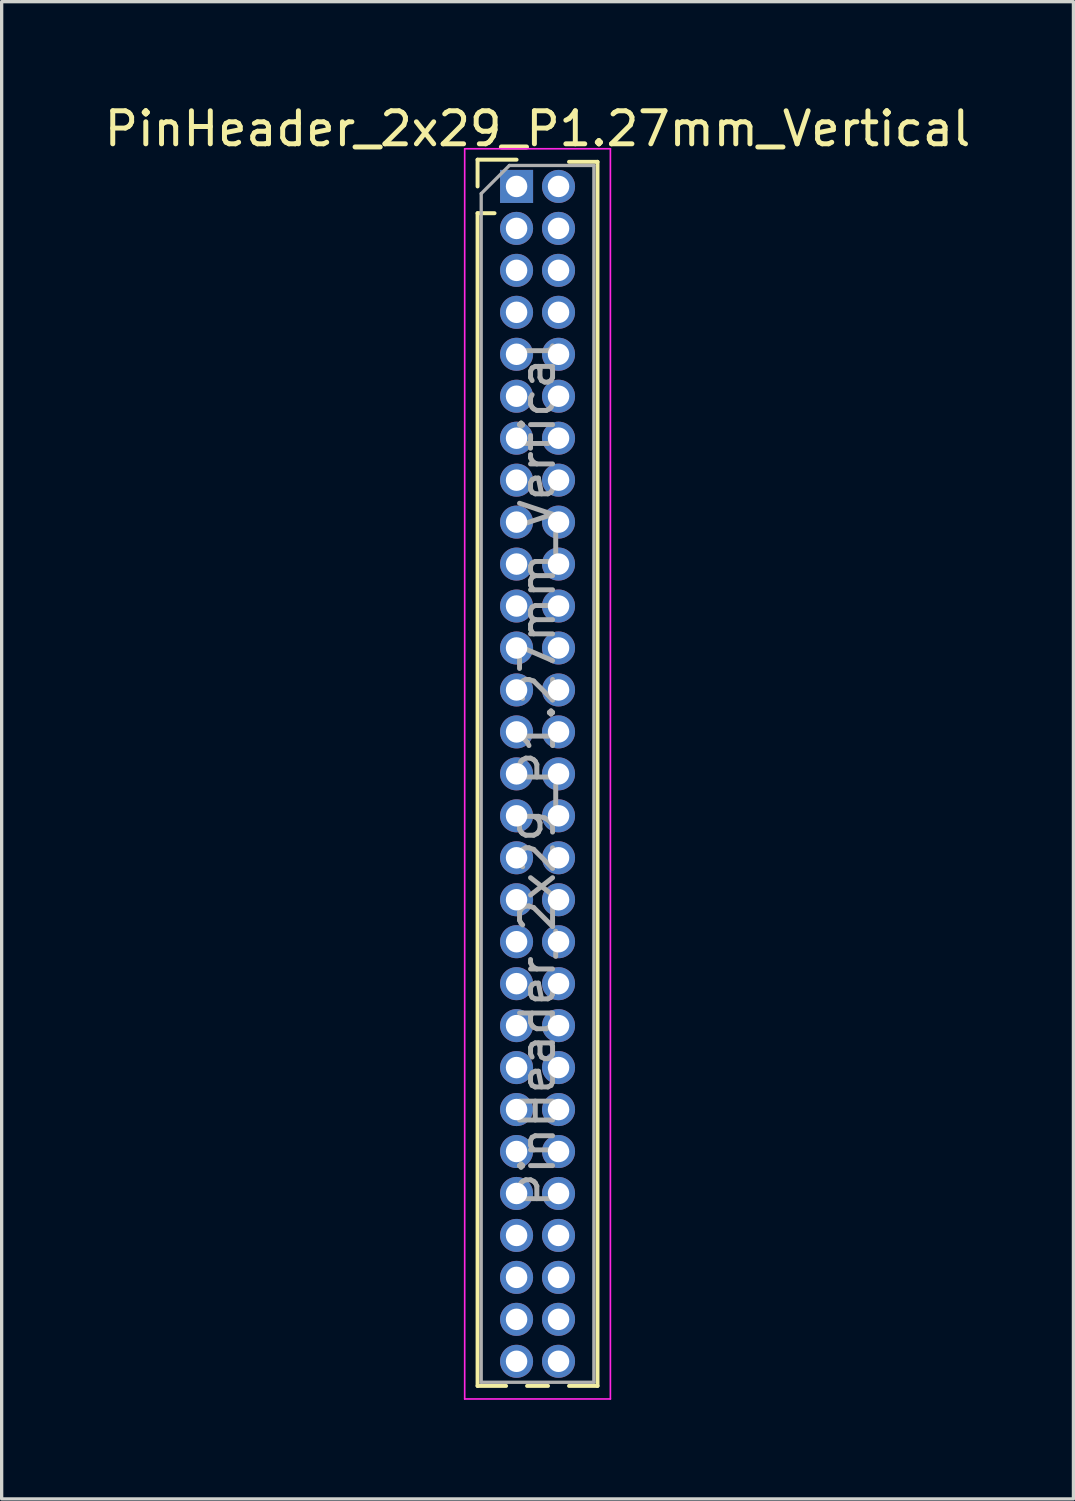
<source format=kicad_pcb>
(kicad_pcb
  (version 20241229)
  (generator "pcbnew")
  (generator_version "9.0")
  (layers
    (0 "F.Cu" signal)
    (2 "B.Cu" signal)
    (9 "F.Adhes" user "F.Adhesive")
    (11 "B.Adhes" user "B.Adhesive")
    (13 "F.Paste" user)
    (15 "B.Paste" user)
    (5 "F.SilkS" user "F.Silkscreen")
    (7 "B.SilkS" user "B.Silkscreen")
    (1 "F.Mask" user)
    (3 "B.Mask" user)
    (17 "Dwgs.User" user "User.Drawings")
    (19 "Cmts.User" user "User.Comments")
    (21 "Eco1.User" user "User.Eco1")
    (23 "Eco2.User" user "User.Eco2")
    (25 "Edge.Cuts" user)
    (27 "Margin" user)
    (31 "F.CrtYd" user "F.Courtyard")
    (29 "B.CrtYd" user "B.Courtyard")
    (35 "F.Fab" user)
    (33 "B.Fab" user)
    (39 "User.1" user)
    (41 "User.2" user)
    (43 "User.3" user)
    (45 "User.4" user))
  (footprint "PinHeader_2x29_P1.27mm_Vertical"
    (layer "F.Cu")
    (at 12.585 2.593)
    (property "Reference" "PinHeader_2x29_P1.27mm_Vertical" (at 0.635 -1.745 0) (layer "F.SilkS") (effects (font (size 1 1) (thickness 0.15))))
    (attr through_hole)
    (fp_line (start -1.18 -0.81) (end 0 -0.81) (stroke (width 0.12) (type solid)) (layer "F.SilkS"))
    (fp_line (start -1.18 0) (end -1.18 -0.81) (stroke (width 0.12) (type solid)) (layer "F.SilkS"))
    (fp_line (start -1.18 0.81) (end -1.18 36.305) (stroke (width 0.12) (type solid)) (layer "F.SilkS"))
    (fp_line (start -1.18 0.81) (end -0.667 0.81) (stroke (width 0.12) (type solid)) (layer "F.SilkS"))
    (fp_line (start -1.18 36.305) (end -0.318 36.305) (stroke (width 0.12) (type solid)) (layer "F.SilkS"))
    (fp_line (start 0.318 36.305) (end 0.952 36.305) (stroke (width 0.12) (type solid)) (layer "F.SilkS"))
    (fp_line (start 1.588 -0.745) (end 2.45 -0.745) (stroke (width 0.12) (type solid)) (layer "F.SilkS"))
    (fp_line (start 1.588 36.305) (end 2.45 36.305) (stroke (width 0.12) (type solid)) (layer "F.SilkS"))
    (fp_line (start 2.45 -0.745) (end 2.45 36.305) (stroke (width 0.12) (type solid)) (layer "F.SilkS"))
    (fp_line (start -1.57 -1.14) (end -1.57 36.7) (stroke (width 0.05) (type solid)) (layer "F.CrtYd"))
    (fp_line (start -1.57 36.7) (end 2.84 36.7) (stroke (width 0.05) (type solid)) (layer "F.CrtYd"))
    (fp_line (start 2.84 -1.14) (end -1.57 -1.14) (stroke (width 0.05) (type solid)) (layer "F.CrtYd"))
    (fp_line (start 2.84 36.7) (end 2.84 -1.14) (stroke (width 0.05) (type solid)) (layer "F.CrtYd"))
    (fp_line (start -1.07 0.217) (end -0.217 -0.635) (stroke (width 0.1) (type solid)) (layer "F.Fab"))
    (fp_line (start -1.07 36.195) (end -1.07 0.217) (stroke (width 0.1) (type solid)) (layer "F.Fab"))
    (fp_line (start -0.217 -0.635) (end 2.34 -0.635) (stroke (width 0.1) (type solid)) (layer "F.Fab"))
    (fp_line (start 2.34 -0.635) (end 2.34 36.195) (stroke (width 0.1) (type solid)) (layer "F.Fab"))
    (fp_line (start 2.34 36.195) (end -1.07 36.195) (stroke (width 0.1) (type solid)) (layer "F.Fab"))
    (fp_text user "${REFERENCE}" (at 0.635 17.78 90) (layer "F.Fab") (effects (font (size 1 1) (thickness 0.15))))
    (pad "1" thru_hole rect (at 0 0) (size 1 1) (drill 0.65) (layers "*.Cu" "*.Mask"))
    (pad "2" thru_hole circle (at 1.27 0) (size 1 1) (drill 0.65) (layers "*.Cu" "*.Mask"))
    (pad "3" thru_hole circle (at 0 1.27) (size 1 1) (drill 0.65) (layers "*.Cu" "*.Mask"))
    (pad "4" thru_hole circle (at 1.27 1.27) (size 1 1) (drill 0.65) (layers "*.Cu" "*.Mask"))
    (pad "5" thru_hole circle (at 0 2.54) (size 1 1) (drill 0.65) (layers "*.Cu" "*.Mask"))
    (pad "6" thru_hole circle (at 1.27 2.54) (size 1 1) (drill 0.65) (layers "*.Cu" "*.Mask"))
    (pad "7" thru_hole circle (at 0 3.81) (size 1 1) (drill 0.65) (layers "*.Cu" "*.Mask"))
    (pad "8" thru_hole circle (at 1.27 3.81) (size 1 1) (drill 0.65) (layers "*.Cu" "*.Mask"))
    (pad "9" thru_hole circle (at 0 5.08) (size 1 1) (drill 0.65) (layers "*.Cu" "*.Mask"))
    (pad "10" thru_hole circle (at 1.27 5.08) (size 1 1) (drill 0.65) (layers "*.Cu" "*.Mask"))
    (pad "11" thru_hole circle (at 0 6.35) (size 1 1) (drill 0.65) (layers "*.Cu" "*.Mask"))
    (pad "12" thru_hole circle (at 1.27 6.35) (size 1 1) (drill 0.65) (layers "*.Cu" "*.Mask"))
    (pad "13" thru_hole circle (at 0 7.62) (size 1 1) (drill 0.65) (layers "*.Cu" "*.Mask"))
    (pad "14" thru_hole circle (at 1.27 7.62) (size 1 1) (drill 0.65) (layers "*.Cu" "*.Mask"))
    (pad "15" thru_hole circle (at 0 8.89) (size 1 1) (drill 0.65) (layers "*.Cu" "*.Mask"))
    (pad "16" thru_hole circle (at 1.27 8.89) (size 1 1) (drill 0.65) (layers "*.Cu" "*.Mask"))
    (pad "17" thru_hole circle (at 0 10.16) (size 1 1) (drill 0.65) (layers "*.Cu" "*.Mask"))
    (pad "18" thru_hole circle (at 1.27 10.16) (size 1 1) (drill 0.65) (layers "*.Cu" "*.Mask"))
    (pad "19" thru_hole circle (at 0 11.43) (size 1 1) (drill 0.65) (layers "*.Cu" "*.Mask"))
    (pad "20" thru_hole circle (at 1.27 11.43) (size 1 1) (drill 0.65) (layers "*.Cu" "*.Mask"))
    (pad "21" thru_hole circle (at 0 12.7) (size 1 1) (drill 0.65) (layers "*.Cu" "*.Mask"))
    (pad "22" thru_hole circle (at 1.27 12.7) (size 1 1) (drill 0.65) (layers "*.Cu" "*.Mask"))
    (pad "23" thru_hole circle (at 0 13.97) (size 1 1) (drill 0.65) (layers "*.Cu" "*.Mask"))
    (pad "24" thru_hole circle (at 1.27 13.97) (size 1 1) (drill 0.65) (layers "*.Cu" "*.Mask"))
    (pad "25" thru_hole circle (at 0 15.24) (size 1 1) (drill 0.65) (layers "*.Cu" "*.Mask"))
    (pad "26" thru_hole circle (at 1.27 15.24) (size 1 1) (drill 0.65) (layers "*.Cu" "*.Mask"))
    (pad "27" thru_hole circle (at 0 16.51) (size 1 1) (drill 0.65) (layers "*.Cu" "*.Mask"))
    (pad "28" thru_hole circle (at 1.27 16.51) (size 1 1) (drill 0.65) (layers "*.Cu" "*.Mask"))
    (pad "29" thru_hole circle (at 0 17.78) (size 1 1) (drill 0.65) (layers "*.Cu" "*.Mask"))
    (pad "30" thru_hole circle (at 1.27 17.78) (size 1 1) (drill 0.65) (layers "*.Cu" "*.Mask"))
    (pad "31" thru_hole circle (at 0 19.05) (size 1 1) (drill 0.65) (layers "*.Cu" "*.Mask"))
    (pad "32" thru_hole circle (at 1.27 19.05) (size 1 1) (drill 0.65) (layers "*.Cu" "*.Mask"))
    (pad "33" thru_hole circle (at 0 20.32) (size 1 1) (drill 0.65) (layers "*.Cu" "*.Mask"))
    (pad "34" thru_hole circle (at 1.27 20.32) (size 1 1) (drill 0.65) (layers "*.Cu" "*.Mask"))
    (pad "35" thru_hole circle (at 0 21.59) (size 1 1) (drill 0.65) (layers "*.Cu" "*.Mask"))
    (pad "36" thru_hole circle (at 1.27 21.59) (size 1 1) (drill 0.65) (layers "*.Cu" "*.Mask"))
    (pad "37" thru_hole circle (at 0 22.86) (size 1 1) (drill 0.65) (layers "*.Cu" "*.Mask"))
    (pad "38" thru_hole circle (at 1.27 22.86) (size 1 1) (drill 0.65) (layers "*.Cu" "*.Mask"))
    (pad "39" thru_hole circle (at 0 24.13) (size 1 1) (drill 0.65) (layers "*.Cu" "*.Mask"))
    (pad "40" thru_hole circle (at 1.27 24.13) (size 1 1) (drill 0.65) (layers "*.Cu" "*.Mask"))
    (pad "41" thru_hole circle (at 0 25.4) (size 1 1) (drill 0.65) (layers "*.Cu" "*.Mask"))
    (pad "42" thru_hole circle (at 1.27 25.4) (size 1 1) (drill 0.65) (layers "*.Cu" "*.Mask"))
    (pad "43" thru_hole circle (at 0 26.67) (size 1 1) (drill 0.65) (layers "*.Cu" "*.Mask"))
    (pad "44" thru_hole circle (at 1.27 26.67) (size 1 1) (drill 0.65) (layers "*.Cu" "*.Mask"))
    (pad "45" thru_hole circle (at 0 27.94) (size 1 1) (drill 0.65) (layers "*.Cu" "*.Mask"))
    (pad "46" thru_hole circle (at 1.27 27.94) (size 1 1) (drill 0.65) (layers "*.Cu" "*.Mask"))
    (pad "47" thru_hole circle (at 0 29.21) (size 1 1) (drill 0.65) (layers "*.Cu" "*.Mask"))
    (pad "48" thru_hole circle (at 1.27 29.21) (size 1 1) (drill 0.65) (layers "*.Cu" "*.Mask"))
    (pad "49" thru_hole circle (at 0 30.48) (size 1 1) (drill 0.65) (layers "*.Cu" "*.Mask"))
    (pad "50" thru_hole circle (at 1.27 30.48) (size 1 1) (drill 0.65) (layers "*.Cu" "*.Mask"))
    (pad "51" thru_hole circle (at 0 31.75) (size 1 1) (drill 0.65) (layers "*.Cu" "*.Mask"))
    (pad "52" thru_hole circle (at 1.27 31.75) (size 1 1) (drill 0.65) (layers "*.Cu" "*.Mask"))
    (pad "53" thru_hole circle (at 0 33.02) (size 1 1) (drill 0.65) (layers "*.Cu" "*.Mask"))
    (pad "54" thru_hole circle (at 1.27 33.02) (size 1 1) (drill 0.65) (layers "*.Cu" "*.Mask"))
    (pad "55" thru_hole circle (at 0 34.29) (size 1 1) (drill 0.65) (layers "*.Cu" "*.Mask"))
    (pad "56" thru_hole circle (at 1.27 34.29) (size 1 1) (drill 0.65) (layers "*.Cu" "*.Mask"))
    (pad "57" thru_hole circle (at 0 35.56) (size 1 1) (drill 0.65) (layers "*.Cu" "*.Mask"))
    (pad "58" thru_hole circle (at 1.27 35.56) (size 1 1) (drill 0.65) (layers "*.Cu" "*.Mask")))
  (gr_rect
    (start -3 -3)
    (end 29.44 42.318)
    (stroke (width 0.1) (type default))
    (fill no)
    (layer "Edge.Cuts")))
</source>
